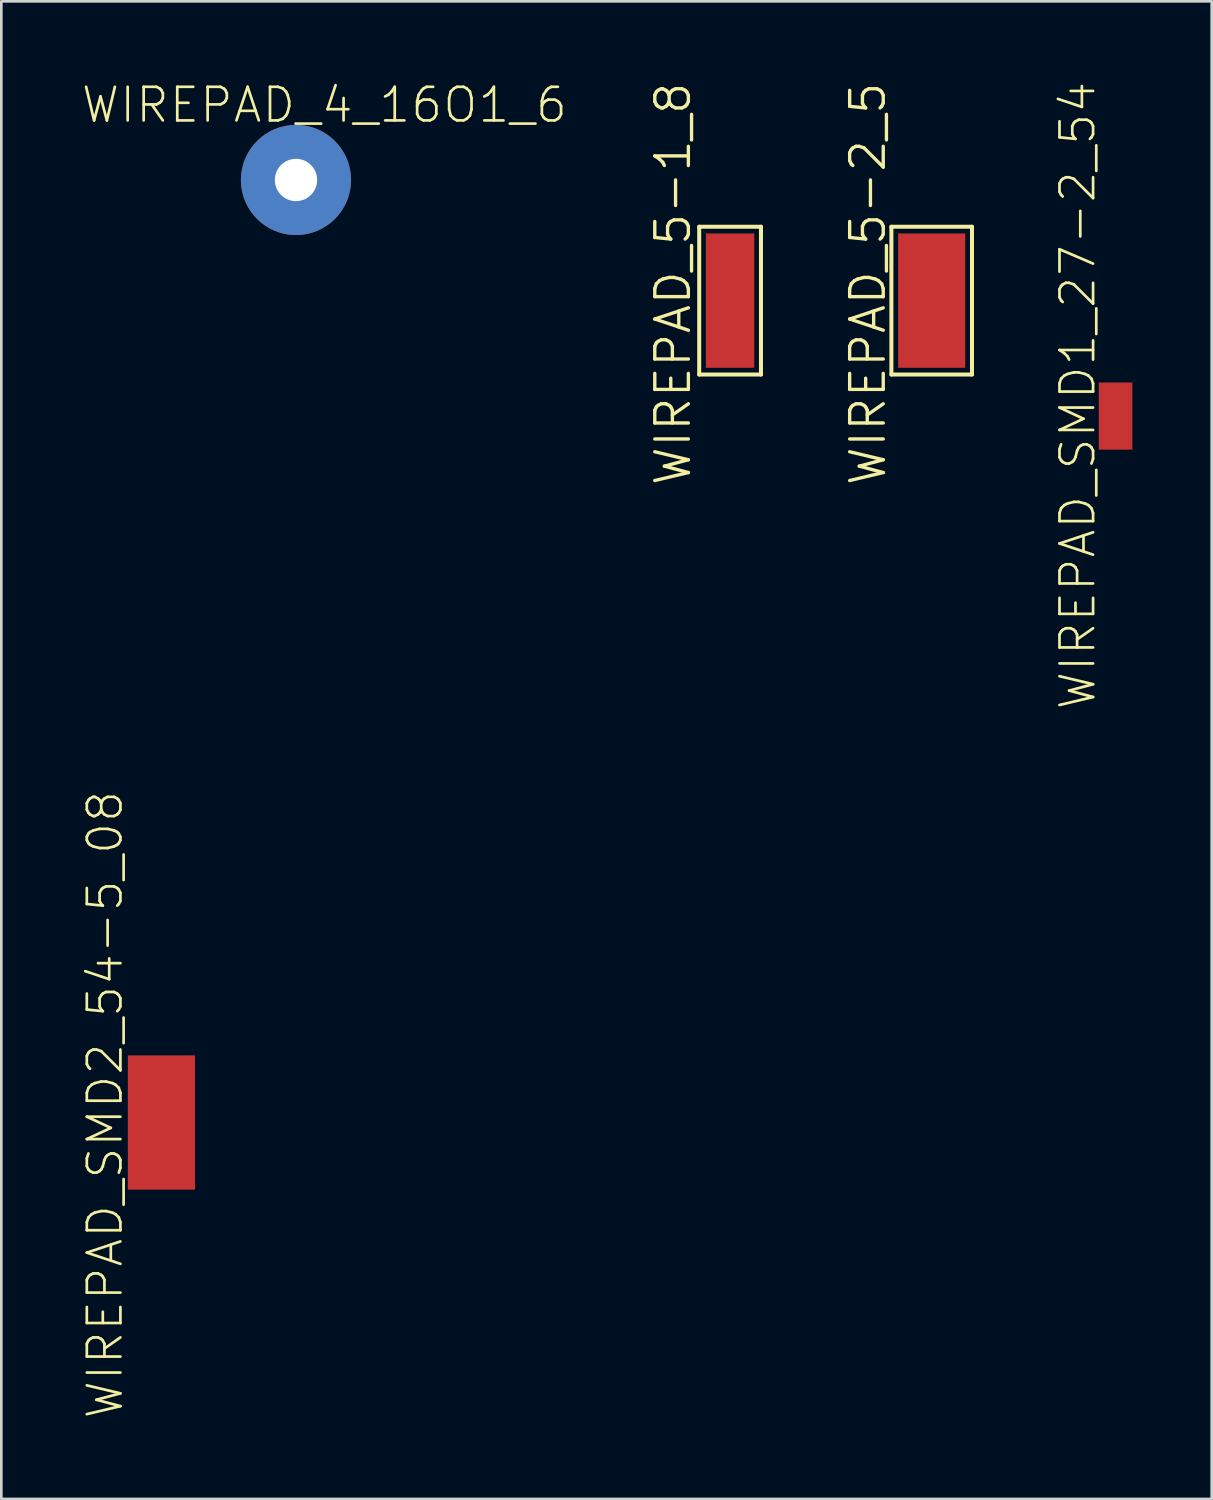
<source format=kicad_pcb>
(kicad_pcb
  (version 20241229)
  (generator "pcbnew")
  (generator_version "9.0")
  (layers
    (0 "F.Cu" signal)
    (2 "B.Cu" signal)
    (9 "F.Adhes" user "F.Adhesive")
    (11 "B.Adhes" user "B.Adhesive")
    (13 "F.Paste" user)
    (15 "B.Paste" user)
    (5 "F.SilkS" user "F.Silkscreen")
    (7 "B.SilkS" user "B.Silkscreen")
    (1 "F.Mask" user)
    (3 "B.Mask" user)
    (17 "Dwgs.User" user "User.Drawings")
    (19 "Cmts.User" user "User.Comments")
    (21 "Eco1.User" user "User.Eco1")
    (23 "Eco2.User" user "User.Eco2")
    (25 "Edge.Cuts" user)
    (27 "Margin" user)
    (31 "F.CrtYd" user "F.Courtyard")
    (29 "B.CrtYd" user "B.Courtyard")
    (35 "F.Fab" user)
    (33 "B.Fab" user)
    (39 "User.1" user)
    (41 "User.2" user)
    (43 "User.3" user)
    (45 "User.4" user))
  (footprint "WIREPAD_4_16O1_6"
    (layer "F.Cu")
    (at 8.143 3.756)
    (property "Reference" "WIREPAD_4_16O1_6" (at 1.074 -2.835 0) (layer "F.SilkS") (effects (font (size 1.27 1.27) (thickness 0.102))))
    (attr exclude_from_pos_files exclude_from_bom)
    (pad "1" thru_hole circle (at 0 0) (size 4.166 4.166) (drill 1.6) (layers "*.Cu" "*.Paste" "*.Mask")))
  (footprint "WIREPAD_5-1_8"
    (layer "F.Cu")
    (at 24.56 8.319)
    (property "Reference" "WIREPAD_5-1_8" (at -2.159 -0.635 90) (layer "F.SilkS") (effects (font (size 1.27 1.27) (thickness 0.127))))
    (attr smd)
    (fp_line (start -1.168 2.794) (end -1.168 -2.794) (stroke (width 0.152) (type solid)) (layer "F.SilkS"))
    (fp_line (start -1.168 2.794) (end 1.168 2.794) (stroke (width 0.152) (type solid)) (layer "F.SilkS"))
    (fp_line (start 1.168 -2.794) (end -1.168 -2.794) (stroke (width 0.152) (type solid)) (layer "F.SilkS"))
    (fp_line (start 1.168 -2.794) (end 1.168 2.794) (stroke (width 0.152) (type solid)) (layer "F.SilkS"))
    (pad "1" smd rect (at 0 0) (size 1.829 5.08) (layers "F.Cu" "F.Mask" "F.Paste")))
  (footprint "WIREPAD_SMD2_54-5_08"
    (layer "F.Cu")
    (at 3.055 39.4)
    (property "Reference" "WIREPAD_SMD2_54-5_08" (at -2.134 -0.673 90) (layer "F.SilkS") (effects (font (size 1.27 1.27) (thickness 0.102))))
    (attr smd)
    (pad "1" smd rect (at 0 0) (size 2.54 5.08) (layers "F.Cu" "F.Mask" "F.Paste")))
  (footprint "WIREPAD_5-2_5"
    (layer "F.Cu")
    (at 32.184 8.319)
    (property "Reference" "WIREPAD_5-2_5" (at -2.413 -0.635 90) (layer "F.SilkS") (effects (font (size 1.27 1.27) (thickness 0.127))))
    (attr smd)
    (fp_line (start -1.524 2.794) (end -1.524 -2.794) (stroke (width 0.152) (type solid)) (layer "F.SilkS"))
    (fp_line (start -1.524 2.794) (end 1.524 2.794) (stroke (width 0.152) (type solid)) (layer "F.SilkS"))
    (fp_line (start 1.524 -2.794) (end -1.524 -2.794) (stroke (width 0.152) (type solid)) (layer "F.SilkS"))
    (fp_line (start 1.524 -2.794) (end 1.524 2.794) (stroke (width 0.152) (type solid)) (layer "F.SilkS"))
    (pad "1" smd rect (at 0 0) (size 2.54 5.08) (layers "F.Cu" "F.Mask" "F.Paste")))
  (footprint "WIREPAD_SMD1_27-2_54"
    (layer "F.Cu")
    (at 39.138 12.684)
    (property "Reference" "WIREPAD_SMD1_27-2_54" (at -1.433 -0.775 90) (layer "F.SilkS") (effects (font (size 1.27 1.27) (thickness 0.102))))
    (attr smd)
    (pad "1" smd rect (at 0 0) (size 1.27 2.54) (layers "F.Cu" "F.Mask" "F.Paste")))
  (gr_rect
    (start -3 -3)
    (end 42.773 53.636)
    (stroke (width 0.1) (type default))
    (fill no)
    (layer "Edge.Cuts")))
</source>
